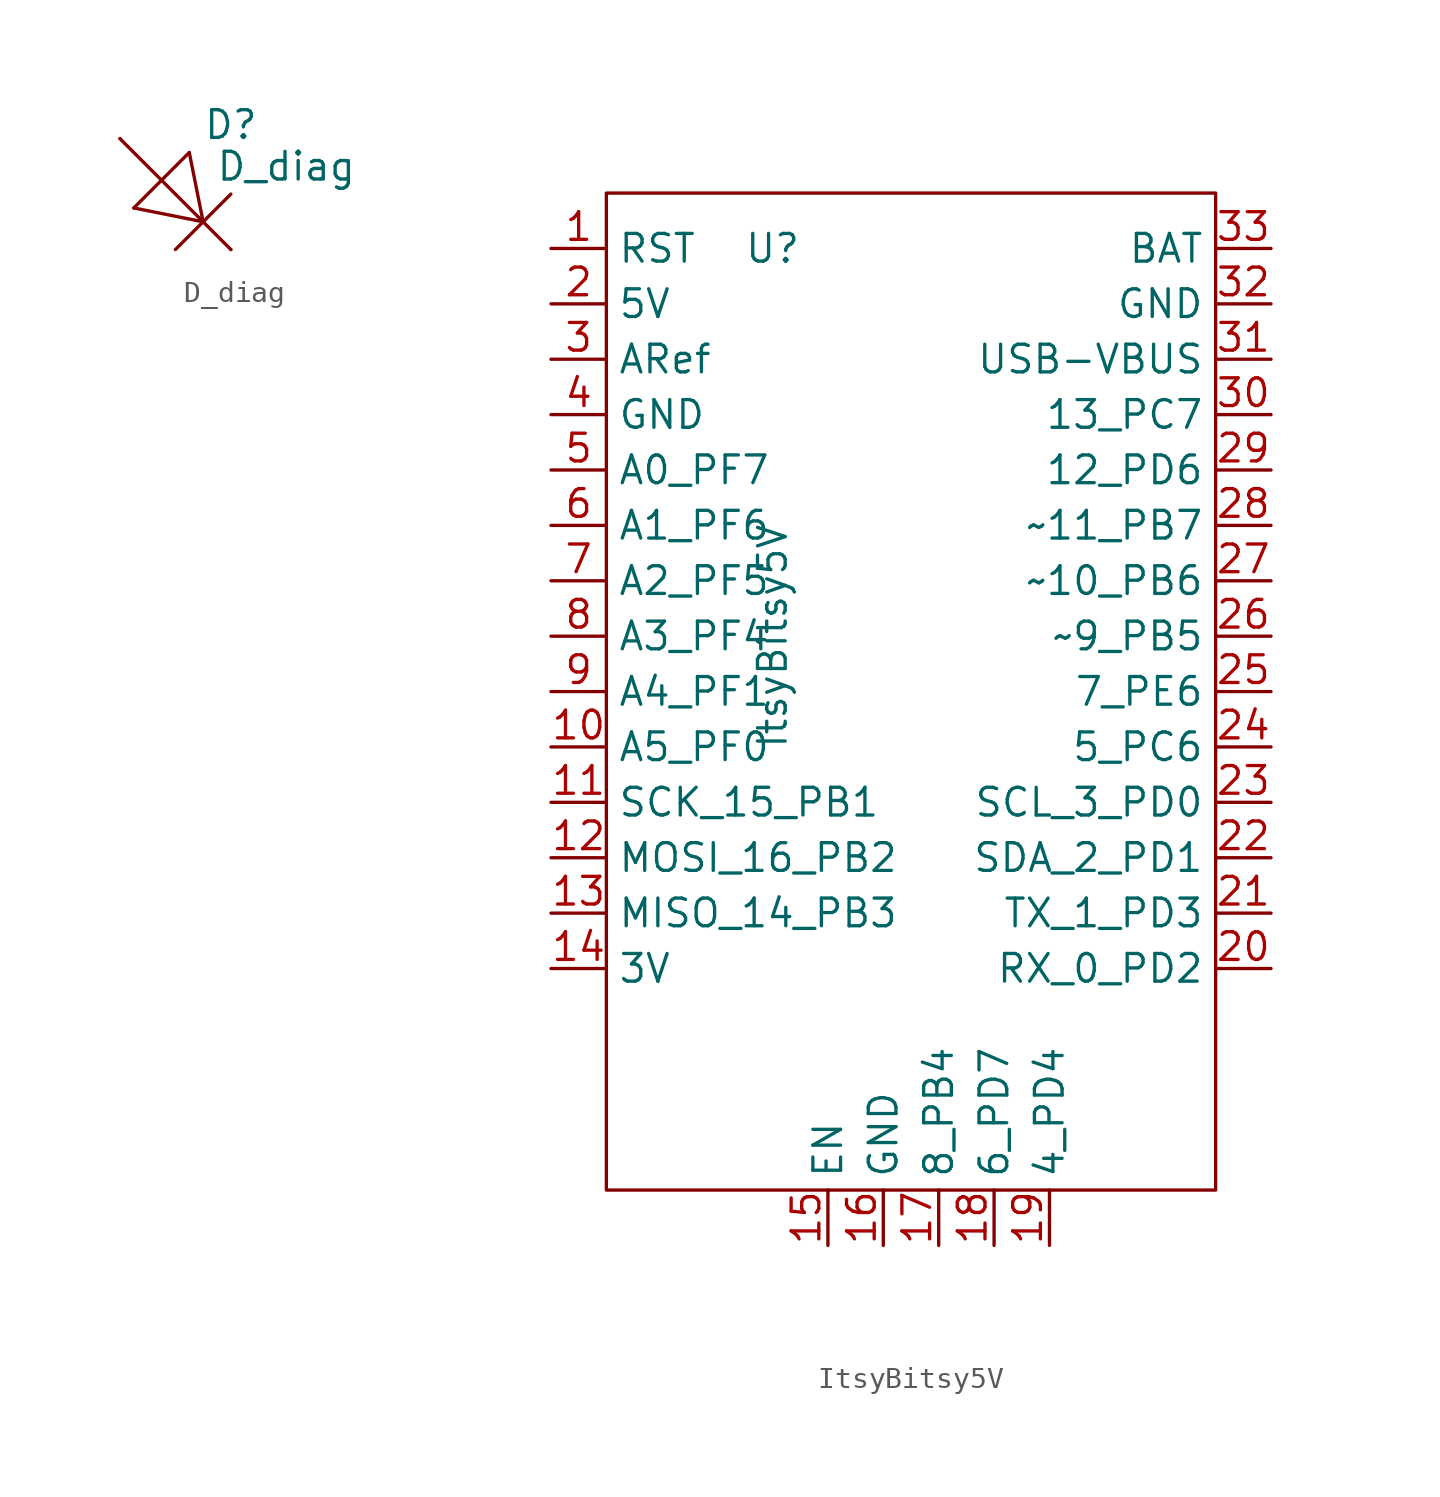
<source format=kicad_sym>
(kicad_symbol_lib
  (version 20211014)
  (generator kicad_symbol_editor)
  (symbol "D_diag"
    (pin_numbers hide)
    (pin_names hide)
    (property "Reference" "D"
      (at 5.08 0.635 0)
      (effects (font (size 1.27 1.27))))
    (property "Value" "D_diag"
      (at 7.62 -1.27 0)
      (effects (font (size 1.27 1.27))))
    (symbol "D_diag_0_1"
      (polyline (pts (xy 0 0) (xy 5.08 -5.08)) (stroke (width 0) (type default) (color 0 0 0 0)) (fill (type none)))
      (polyline (pts (xy 2.54 -5.08) (xy 5.08 -2.54)) (stroke (width 0) (type default) (color 0 0 0 0)) (fill (type none)))
      (polyline (pts (xy 3.175 -0.635) (xy 0.635 -3.175)) (stroke (width 0) (type default) (color 0 0 0 0)) (fill (type none)))
      (polyline (pts (xy 3.175 -0.635) (xy 3.81 -3.81)) (stroke (width 0) (type default) (color 0 0 0 0)) (fill (type none)))
      (polyline (pts (xy 3.81 -3.81) (xy 0.635 -3.175)) (stroke (width 0) (type default) (color 0 0 0 0)) (fill (type none))))
    (symbol "D_diag_1_1"
      (pin passive line (at 0 0 0) (length 0) (name "" (effects (font (size 1.27 1.27)))) (number "1" (effects (font (size 1.27 1.27)))))
      (pin passive line (at 5.08 -5.08 180) (length 0) (name "" (effects (font (size 1.27 1.27)))) (number "2" (effects (font (size 1.27 1.27)))))))
  (symbol "ItsyBitsy5V"
    (property "Reference" "U"
      (at 7.62 -2.54 0)
      (effects (font (size 1.27 1.27))))
    (property "Value" "ItsyBitsy5V"
      (at 7.62 -20.32 90)
      (effects (font (size 1.27 1.27))))
    (symbol "ItsyBitsy5V_0_1"
      (rectangle (start 0 0) (end 27.94 -45.72) (stroke (width 0) (type default) (color 0 0 0 0)) (fill (type none))))
    (symbol "ItsyBitsy5V_1_1"
      (pin bidirectional line (at -2.54 -2.54 0) (length 2.54) (name "RST" (effects (font (size 1.27 1.27)))) (number "1" (effects (font (size 1.27 1.27)))))
      (pin bidirectional line (at -2.54 -25.4 0) (length 2.54) (name "A5_PF0" (effects (font (size 1.27 1.27)))) (number "10" (effects (font (size 1.27 1.27)))))
      (pin bidirectional line (at -2.54 -27.94 0) (length 2.54) (name "SCK_15_PB1" (effects (font (size 1.27 1.27)))) (number "11" (effects (font (size 1.27 1.27)))))
      (pin bidirectional line (at -2.54 -30.48 0) (length 2.54) (name "MOSI_16_PB2" (effects (font (size 1.27 1.27)))) (number "12" (effects (font (size 1.27 1.27)))))
      (pin bidirectional line (at -2.54 -33.02 0) (length 2.54) (name "MISO_14_PB3" (effects (font (size 1.27 1.27)))) (number "13" (effects (font (size 1.27 1.27)))))
      (pin power_out line (at -2.54 -35.56 0) (length 2.54) (name "3V" (effects (font (size 1.27 1.27)))) (number "14" (effects (font (size 1.27 1.27)))))
      (pin input line (at 10.16 -48.26 90) (length 2.54) (name "EN" (effects (font (size 1.27 1.27)))) (number "15" (effects (font (size 1.27 1.27)))))
      (pin power_out line (at 12.7 -48.26 90) (length 2.54) (name "GND" (effects (font (size 1.27 1.27)))) (number "16" (effects (font (size 1.27 1.27)))))
      (pin bidirectional line (at 15.24 -48.26 90) (length 2.54) (name "8_PB4" (effects (font (size 1.27 1.27)))) (number "17" (effects (font (size 1.27 1.27)))))
      (pin bidirectional line (at 17.78 -48.26 90) (length 2.54) (name "6_PD7" (effects (font (size 1.27 1.27)))) (number "18" (effects (font (size 1.27 1.27)))))
      (pin bidirectional line (at 20.32 -48.26 90) (length 2.54) (name "4_PD4" (effects (font (size 1.27 1.27)))) (number "19" (effects (font (size 1.27 1.27)))))
      (pin power_out line (at -2.54 -5.08 0) (length 2.54) (name "5V" (effects (font (size 1.27 1.27)))) (number "2" (effects (font (size 1.27 1.27)))))
      (pin bidirectional line (at 30.48 -35.56 180) (length 2.54) (name "RX_0_PD2" (effects (font (size 1.27 1.27)))) (number "20" (effects (font (size 1.27 1.27)))))
      (pin bidirectional line (at 30.48 -33.02 180) (length 2.54) (name "TX_1_PD3" (effects (font (size 1.27 1.27)))) (number "21" (effects (font (size 1.27 1.27)))))
      (pin bidirectional line (at 30.48 -30.48 180) (length 2.54) (name "SDA_2_PD1" (effects (font (size 1.27 1.27)))) (number "22" (effects (font (size 1.27 1.27)))))
      (pin bidirectional line (at 30.48 -27.94 180) (length 2.54) (name "SCL_3_PD0" (effects (font (size 1.27 1.27)))) (number "23" (effects (font (size 1.27 1.27)))))
      (pin bidirectional line (at 30.48 -25.4 180) (length 2.54) (name "5_PC6" (effects (font (size 1.27 1.27)))) (number "24" (effects (font (size 1.27 1.27)))))
      (pin bidirectional line (at 30.48 -22.86 180) (length 2.54) (name "7_PE6" (effects (font (size 1.27 1.27)))) (number "25" (effects (font (size 1.27 1.27)))))
      (pin bidirectional line (at 30.48 -20.32 180) (length 2.54) (name "~9_PB5" (effects (font (size 1.27 1.27)))) (number "26" (effects (font (size 1.27 1.27)))))
      (pin bidirectional line (at 30.48 -17.78 180) (length 2.54) (name "~10_PB6" (effects (font (size 1.27 1.27)))) (number "27" (effects (font (size 1.27 1.27)))))
      (pin bidirectional line (at 30.48 -15.24 180) (length 2.54) (name "~11_PB7" (effects (font (size 1.27 1.27)))) (number "28" (effects (font (size 1.27 1.27)))))
      (pin bidirectional line (at 30.48 -12.7 180) (length 2.54) (name "12_PD6" (effects (font (size 1.27 1.27)))) (number "29" (effects (font (size 1.27 1.27)))))
      (pin output line (at -2.54 -7.62 0) (length 2.54) (name "ARef" (effects (font (size 1.27 1.27)))) (number "3" (effects (font (size 1.27 1.27)))))
      (pin bidirectional line (at 30.48 -10.16 180) (length 2.54) (name "13_PC7" (effects (font (size 1.27 1.27)))) (number "30" (effects (font (size 1.27 1.27)))))
      (pin power_out line (at 30.48 -7.62 180) (length 2.54) (name "USB-VBUS" (effects (font (size 1.27 1.27)))) (number "31" (effects (font (size 1.27 1.27)))))
      (pin power_out line (at 30.48 -5.08 180) (length 2.54) (name "GND" (effects (font (size 1.27 1.27)))) (number "32" (effects (font (size 1.27 1.27)))))
      (pin power_in line (at 30.48 -2.54 180) (length 2.54) (name "BAT" (effects (font (size 1.27 1.27)))) (number "33" (effects (font (size 1.27 1.27)))))
      (pin power_out line (at -2.54 -10.16 0) (length 2.54) (name "GND" (effects (font (size 1.27 1.27)))) (number "4" (effects (font (size 1.27 1.27)))))
      (pin bidirectional line (at -2.54 -12.7 0) (length 2.54) (name "A0_PF7" (effects (font (size 1.27 1.27)))) (number "5" (effects (font (size 1.27 1.27)))))
      (pin bidirectional line (at -2.54 -15.24 0) (length 2.54) (name "A1_PF6" (effects (font (size 1.27 1.27)))) (number "6" (effects (font (size 1.27 1.27)))))
      (pin bidirectional line (at -2.54 -17.78 0) (length 2.54) (name "A2_PF5" (effects (font (size 1.27 1.27)))) (number "7" (effects (font (size 1.27 1.27)))))
      (pin bidirectional line (at -2.54 -20.32 0) (length 2.54) (name "A3_PF4" (effects (font (size 1.27 1.27)))) (number "8" (effects (font (size 1.27 1.27)))))
      (pin bidirectional line (at -2.54 -22.86 0) (length 2.54) (name "A4_PF1" (effects (font (size 1.27 1.27)))) (number "9" (effects (font (size 1.27 1.27))))))))
</source>
